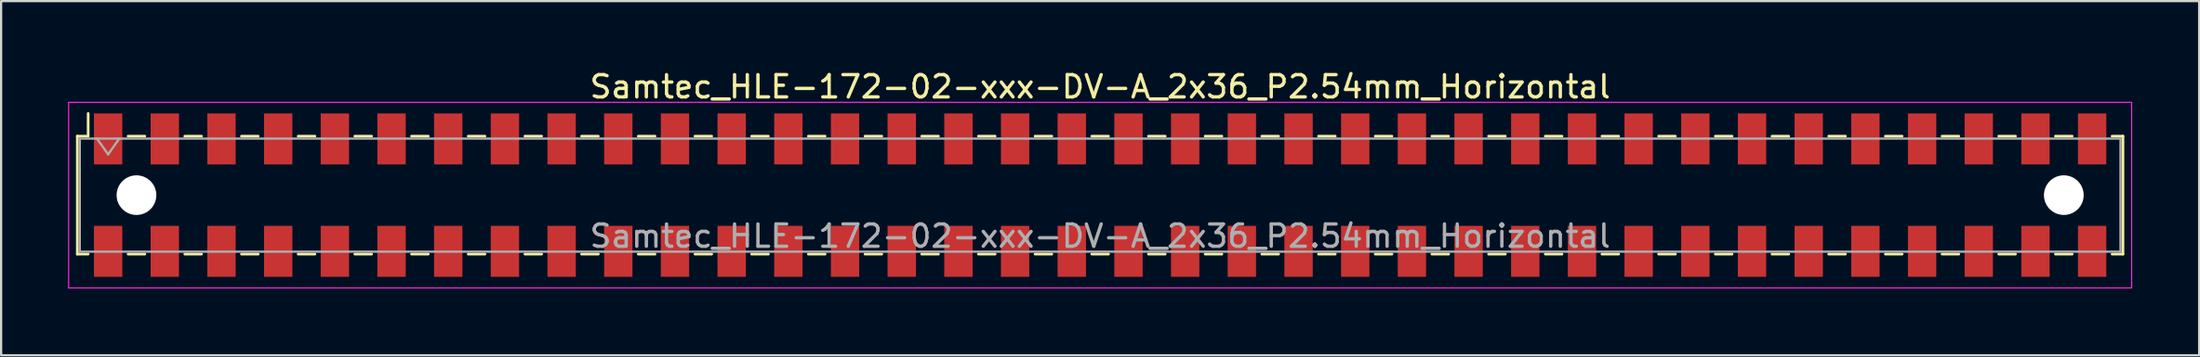
<source format=kicad_pcb>
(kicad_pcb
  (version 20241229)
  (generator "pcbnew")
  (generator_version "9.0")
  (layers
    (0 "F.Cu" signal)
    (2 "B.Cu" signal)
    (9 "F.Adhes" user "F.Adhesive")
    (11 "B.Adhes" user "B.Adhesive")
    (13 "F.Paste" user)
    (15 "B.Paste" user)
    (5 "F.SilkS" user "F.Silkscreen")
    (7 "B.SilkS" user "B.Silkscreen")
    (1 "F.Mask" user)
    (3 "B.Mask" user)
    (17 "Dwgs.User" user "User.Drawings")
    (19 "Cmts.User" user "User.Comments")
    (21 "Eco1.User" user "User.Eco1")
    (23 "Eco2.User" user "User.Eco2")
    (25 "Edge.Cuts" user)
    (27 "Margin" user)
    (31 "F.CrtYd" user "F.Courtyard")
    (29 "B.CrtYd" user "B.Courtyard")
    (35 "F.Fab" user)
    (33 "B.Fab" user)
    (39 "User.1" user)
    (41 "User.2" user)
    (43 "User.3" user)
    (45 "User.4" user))
  (footprint "Samtec_HLE-172-02-xxx-DV-A_2x36_P2.54mm_Horizontal"
    (layer "F.Cu")
    (at 46.245 5.718)
    (property "Reference" "Samtec_HLE-172-02-xxx-DV-A_2x36_P2.54mm_Horizontal" (at 0 -4.87 0) (layer "F.SilkS") (effects (font (size 1 1) (thickness 0.15))))
    (attr smd)
    (fp_line (start -45.83 -2.65) (end -45.83 2.65) (stroke (width 0.12) (type solid)) (layer "F.SilkS"))
    (fp_line (start -45.83 2.65) (end -45.345 2.65) (stroke (width 0.12) (type solid)) (layer "F.SilkS"))
    (fp_line (start -45.345 -3.67) (end -45.345 -2.65) (stroke (width 0.12) (type solid)) (layer "F.SilkS"))
    (fp_line (start -45.345 -2.65) (end -45.83 -2.65) (stroke (width 0.12) (type solid)) (layer "F.SilkS"))
    (fp_line (start -43.555 -2.65) (end -42.805 -2.65) (stroke (width 0.12) (type solid)) (layer "F.SilkS"))
    (fp_line (start -43.555 2.65) (end -42.805 2.65) (stroke (width 0.12) (type solid)) (layer "F.SilkS"))
    (fp_line (start -41.015 -2.65) (end -40.265 -2.65) (stroke (width 0.12) (type solid)) (layer "F.SilkS"))
    (fp_line (start -41.015 2.65) (end -40.265 2.65) (stroke (width 0.12) (type solid)) (layer "F.SilkS"))
    (fp_line (start -38.475 -2.65) (end -37.725 -2.65) (stroke (width 0.12) (type solid)) (layer "F.SilkS"))
    (fp_line (start -38.475 2.65) (end -37.725 2.65) (stroke (width 0.12) (type solid)) (layer "F.SilkS"))
    (fp_line (start -35.935 -2.65) (end -35.185 -2.65) (stroke (width 0.12) (type solid)) (layer "F.SilkS"))
    (fp_line (start -35.935 2.65) (end -35.185 2.65) (stroke (width 0.12) (type solid)) (layer "F.SilkS"))
    (fp_line (start -33.395 -2.65) (end -32.645 -2.65) (stroke (width 0.12) (type solid)) (layer "F.SilkS"))
    (fp_line (start -33.395 2.65) (end -32.645 2.65) (stroke (width 0.12) (type solid)) (layer "F.SilkS"))
    (fp_line (start -30.855 -2.65) (end -30.105 -2.65) (stroke (width 0.12) (type solid)) (layer "F.SilkS"))
    (fp_line (start -30.855 2.65) (end -30.105 2.65) (stroke (width 0.12) (type solid)) (layer "F.SilkS"))
    (fp_line (start -28.315 -2.65) (end -27.565 -2.65) (stroke (width 0.12) (type solid)) (layer "F.SilkS"))
    (fp_line (start -28.315 2.65) (end -27.565 2.65) (stroke (width 0.12) (type solid)) (layer "F.SilkS"))
    (fp_line (start -25.775 -2.65) (end -25.025 -2.65) (stroke (width 0.12) (type solid)) (layer "F.SilkS"))
    (fp_line (start -25.775 2.65) (end -25.025 2.65) (stroke (width 0.12) (type solid)) (layer "F.SilkS"))
    (fp_line (start -23.235 -2.65) (end -22.485 -2.65) (stroke (width 0.12) (type solid)) (layer "F.SilkS"))
    (fp_line (start -23.235 2.65) (end -22.485 2.65) (stroke (width 0.12) (type solid)) (layer "F.SilkS"))
    (fp_line (start -20.695 -2.65) (end -19.945 -2.65) (stroke (width 0.12) (type solid)) (layer "F.SilkS"))
    (fp_line (start -20.695 2.65) (end -19.945 2.65) (stroke (width 0.12) (type solid)) (layer "F.SilkS"))
    (fp_line (start -18.155 -2.65) (end -17.405 -2.65) (stroke (width 0.12) (type solid)) (layer "F.SilkS"))
    (fp_line (start -18.155 2.65) (end -17.405 2.65) (stroke (width 0.12) (type solid)) (layer "F.SilkS"))
    (fp_line (start -15.615 -2.65) (end -14.865 -2.65) (stroke (width 0.12) (type solid)) (layer "F.SilkS"))
    (fp_line (start -15.615 2.65) (end -14.865 2.65) (stroke (width 0.12) (type solid)) (layer "F.SilkS"))
    (fp_line (start -13.075 -2.65) (end -12.325 -2.65) (stroke (width 0.12) (type solid)) (layer "F.SilkS"))
    (fp_line (start -13.075 2.65) (end -12.325 2.65) (stroke (width 0.12) (type solid)) (layer "F.SilkS"))
    (fp_line (start -10.535 -2.65) (end -9.785 -2.65) (stroke (width 0.12) (type solid)) (layer "F.SilkS"))
    (fp_line (start -10.535 2.65) (end -9.785 2.65) (stroke (width 0.12) (type solid)) (layer "F.SilkS"))
    (fp_line (start -7.995 -2.65) (end -7.245 -2.65) (stroke (width 0.12) (type solid)) (layer "F.SilkS"))
    (fp_line (start -7.995 2.65) (end -7.245 2.65) (stroke (width 0.12) (type solid)) (layer "F.SilkS"))
    (fp_line (start -5.455 -2.65) (end -4.705 -2.65) (stroke (width 0.12) (type solid)) (layer "F.SilkS"))
    (fp_line (start -5.455 2.65) (end -4.705 2.65) (stroke (width 0.12) (type solid)) (layer "F.SilkS"))
    (fp_line (start -2.915 -2.65) (end -2.165 -2.65) (stroke (width 0.12) (type solid)) (layer "F.SilkS"))
    (fp_line (start -2.915 2.65) (end -2.165 2.65) (stroke (width 0.12) (type solid)) (layer "F.SilkS"))
    (fp_line (start -0.375 -2.65) (end 0.375 -2.65) (stroke (width 0.12) (type solid)) (layer "F.SilkS"))
    (fp_line (start -0.375 2.65) (end 0.375 2.65) (stroke (width 0.12) (type solid)) (layer "F.SilkS"))
    (fp_line (start 2.165 -2.65) (end 2.915 -2.65) (stroke (width 0.12) (type solid)) (layer "F.SilkS"))
    (fp_line (start 2.165 2.65) (end 2.915 2.65) (stroke (width 0.12) (type solid)) (layer "F.SilkS"))
    (fp_line (start 4.705 -2.65) (end 5.455 -2.65) (stroke (width 0.12) (type solid)) (layer "F.SilkS"))
    (fp_line (start 4.705 2.65) (end 5.455 2.65) (stroke (width 0.12) (type solid)) (layer "F.SilkS"))
    (fp_line (start 7.245 -2.65) (end 7.995 -2.65) (stroke (width 0.12) (type solid)) (layer "F.SilkS"))
    (fp_line (start 7.245 2.65) (end 7.995 2.65) (stroke (width 0.12) (type solid)) (layer "F.SilkS"))
    (fp_line (start 9.785 -2.65) (end 10.535 -2.65) (stroke (width 0.12) (type solid)) (layer "F.SilkS"))
    (fp_line (start 9.785 2.65) (end 10.535 2.65) (stroke (width 0.12) (type solid)) (layer "F.SilkS"))
    (fp_line (start 12.325 -2.65) (end 13.075 -2.65) (stroke (width 0.12) (type solid)) (layer "F.SilkS"))
    (fp_line (start 12.325 2.65) (end 13.075 2.65) (stroke (width 0.12) (type solid)) (layer "F.SilkS"))
    (fp_line (start 14.865 -2.65) (end 15.615 -2.65) (stroke (width 0.12) (type solid)) (layer "F.SilkS"))
    (fp_line (start 14.865 2.65) (end 15.615 2.65) (stroke (width 0.12) (type solid)) (layer "F.SilkS"))
    (fp_line (start 17.405 -2.65) (end 18.155 -2.65) (stroke (width 0.12) (type solid)) (layer "F.SilkS"))
    (fp_line (start 17.405 2.65) (end 18.155 2.65) (stroke (width 0.12) (type solid)) (layer "F.SilkS"))
    (fp_line (start 19.945 -2.65) (end 20.695 -2.65) (stroke (width 0.12) (type solid)) (layer "F.SilkS"))
    (fp_line (start 19.945 2.65) (end 20.695 2.65) (stroke (width 0.12) (type solid)) (layer "F.SilkS"))
    (fp_line (start 22.485 -2.65) (end 23.235 -2.65) (stroke (width 0.12) (type solid)) (layer "F.SilkS"))
    (fp_line (start 22.485 2.65) (end 23.235 2.65) (stroke (width 0.12) (type solid)) (layer "F.SilkS"))
    (fp_line (start 25.025 -2.65) (end 25.775 -2.65) (stroke (width 0.12) (type solid)) (layer "F.SilkS"))
    (fp_line (start 25.025 2.65) (end 25.775 2.65) (stroke (width 0.12) (type solid)) (layer "F.SilkS"))
    (fp_line (start 27.565 -2.65) (end 28.315 -2.65) (stroke (width 0.12) (type solid)) (layer "F.SilkS"))
    (fp_line (start 27.565 2.65) (end 28.315 2.65) (stroke (width 0.12) (type solid)) (layer "F.SilkS"))
    (fp_line (start 30.105 -2.65) (end 30.855 -2.65) (stroke (width 0.12) (type solid)) (layer "F.SilkS"))
    (fp_line (start 30.105 2.65) (end 30.855 2.65) (stroke (width 0.12) (type solid)) (layer "F.SilkS"))
    (fp_line (start 32.645 -2.65) (end 33.395 -2.65) (stroke (width 0.12) (type solid)) (layer "F.SilkS"))
    (fp_line (start 32.645 2.65) (end 33.395 2.65) (stroke (width 0.12) (type solid)) (layer "F.SilkS"))
    (fp_line (start 35.185 -2.65) (end 35.935 -2.65) (stroke (width 0.12) (type solid)) (layer "F.SilkS"))
    (fp_line (start 35.185 2.65) (end 35.935 2.65) (stroke (width 0.12) (type solid)) (layer "F.SilkS"))
    (fp_line (start 37.725 -2.65) (end 38.475 -2.65) (stroke (width 0.12) (type solid)) (layer "F.SilkS"))
    (fp_line (start 37.725 2.65) (end 38.475 2.65) (stroke (width 0.12) (type solid)) (layer "F.SilkS"))
    (fp_line (start 40.265 -2.65) (end 41.015 -2.65) (stroke (width 0.12) (type solid)) (layer "F.SilkS"))
    (fp_line (start 40.265 2.65) (end 41.015 2.65) (stroke (width 0.12) (type solid)) (layer "F.SilkS"))
    (fp_line (start 42.805 -2.65) (end 43.555 -2.65) (stroke (width 0.12) (type solid)) (layer "F.SilkS"))
    (fp_line (start 42.805 2.65) (end 43.555 2.65) (stroke (width 0.12) (type solid)) (layer "F.SilkS"))
    (fp_line (start 45.345 -2.65) (end 45.83 -2.65) (stroke (width 0.12) (type solid)) (layer "F.SilkS"))
    (fp_line (start 45.83 -2.65) (end 45.83 2.65) (stroke (width 0.12) (type solid)) (layer "F.SilkS"))
    (fp_line (start 45.83 2.65) (end 45.345 2.65) (stroke (width 0.12) (type solid)) (layer "F.SilkS"))
    (fp_line (start -46.22 -4.17) (end 46.22 -4.17) (stroke (width 0.05) (type solid)) (layer "F.CrtYd"))
    (fp_line (start -46.22 4.17) (end -46.22 -4.17) (stroke (width 0.05) (type solid)) (layer "F.CrtYd"))
    (fp_line (start 46.22 -4.17) (end 46.22 4.17) (stroke (width 0.05) (type solid)) (layer "F.CrtYd"))
    (fp_line (start 46.22 4.17) (end -46.22 4.17) (stroke (width 0.05) (type solid)) (layer "F.CrtYd"))
    (fp_line (start -45.72 -2.54) (end 45.72 -2.54) (stroke (width 0.1) (type solid)) (layer "F.Fab"))
    (fp_line (start -45.72 2.54) (end -45.72 -2.54) (stroke (width 0.1) (type solid)) (layer "F.Fab"))
    (fp_line (start -44.95 -2.54) (end -44.45 -1.833) (stroke (width 0.1) (type solid)) (layer "F.Fab"))
    (fp_line (start -44.45 -1.833) (end -43.95 -2.54) (stroke (width 0.1) (type solid)) (layer "F.Fab"))
    (fp_line (start 45.72 -2.54) (end 45.72 2.54) (stroke (width 0.1) (type solid)) (layer "F.Fab"))
    (fp_line (start 45.72 2.54) (end -45.72 2.54) (stroke (width 0.1) (type solid)) (layer "F.Fab"))
    (fp_text user "${REFERENCE}" (at 0 1.84 0) (layer "F.Fab") (effects (font (size 1 1) (thickness 0.15))))
    (pad "" np_thru_hole circle (at -43.18 0) (size 1.78 1.78) (drill 1.78) (layers "*.Cu" "*.Mask"))
    (pad "" np_thru_hole circle (at 43.18 0) (size 1.78 1.78) (drill 1.78) (layers "*.Cu" "*.Mask"))
    (pad "1" smd rect (at -44.45 -2.525) (size 1.27 2.29) (layers "F.Cu" "F.Mask" "F.Paste"))
    (pad "2" smd rect (at -44.45 2.525) (size 1.27 2.29) (layers "F.Cu" "F.Mask" "F.Paste"))
    (pad "3" smd rect (at -41.91 -2.525) (size 1.27 2.29) (layers "F.Cu" "F.Mask" "F.Paste"))
    (pad "4" smd rect (at -41.91 2.525) (size 1.27 2.29) (layers "F.Cu" "F.Mask" "F.Paste"))
    (pad "5" smd rect (at -39.37 -2.525) (size 1.27 2.29) (layers "F.Cu" "F.Mask" "F.Paste"))
    (pad "6" smd rect (at -39.37 2.525) (size 1.27 2.29) (layers "F.Cu" "F.Mask" "F.Paste"))
    (pad "7" smd rect (at -36.83 -2.525) (size 1.27 2.29) (layers "F.Cu" "F.Mask" "F.Paste"))
    (pad "8" smd rect (at -36.83 2.525) (size 1.27 2.29) (layers "F.Cu" "F.Mask" "F.Paste"))
    (pad "9" smd rect (at -34.29 -2.525) (size 1.27 2.29) (layers "F.Cu" "F.Mask" "F.Paste"))
    (pad "10" smd rect (at -34.29 2.525) (size 1.27 2.29) (layers "F.Cu" "F.Mask" "F.Paste"))
    (pad "11" smd rect (at -31.75 -2.525) (size 1.27 2.29) (layers "F.Cu" "F.Mask" "F.Paste"))
    (pad "12" smd rect (at -31.75 2.525) (size 1.27 2.29) (layers "F.Cu" "F.Mask" "F.Paste"))
    (pad "13" smd rect (at -29.21 -2.525) (size 1.27 2.29) (layers "F.Cu" "F.Mask" "F.Paste"))
    (pad "14" smd rect (at -29.21 2.525) (size 1.27 2.29) (layers "F.Cu" "F.Mask" "F.Paste"))
    (pad "15" smd rect (at -26.67 -2.525) (size 1.27 2.29) (layers "F.Cu" "F.Mask" "F.Paste"))
    (pad "16" smd rect (at -26.67 2.525) (size 1.27 2.29) (layers "F.Cu" "F.Mask" "F.Paste"))
    (pad "17" smd rect (at -24.13 -2.525) (size 1.27 2.29) (layers "F.Cu" "F.Mask" "F.Paste"))
    (pad "18" smd rect (at -24.13 2.525) (size 1.27 2.29) (layers "F.Cu" "F.Mask" "F.Paste"))
    (pad "19" smd rect (at -21.59 -2.525) (size 1.27 2.29) (layers "F.Cu" "F.Mask" "F.Paste"))
    (pad "20" smd rect (at -21.59 2.525) (size 1.27 2.29) (layers "F.Cu" "F.Mask" "F.Paste"))
    (pad "21" smd rect (at -19.05 -2.525) (size 1.27 2.29) (layers "F.Cu" "F.Mask" "F.Paste"))
    (pad "22" smd rect (at -19.05 2.525) (size 1.27 2.29) (layers "F.Cu" "F.Mask" "F.Paste"))
    (pad "23" smd rect (at -16.51 -2.525) (size 1.27 2.29) (layers "F.Cu" "F.Mask" "F.Paste"))
    (pad "24" smd rect (at -16.51 2.525) (size 1.27 2.29) (layers "F.Cu" "F.Mask" "F.Paste"))
    (pad "25" smd rect (at -13.97 -2.525) (size 1.27 2.29) (layers "F.Cu" "F.Mask" "F.Paste"))
    (pad "26" smd rect (at -13.97 2.525) (size 1.27 2.29) (layers "F.Cu" "F.Mask" "F.Paste"))
    (pad "27" smd rect (at -11.43 -2.525) (size 1.27 2.29) (layers "F.Cu" "F.Mask" "F.Paste"))
    (pad "28" smd rect (at -11.43 2.525) (size 1.27 2.29) (layers "F.Cu" "F.Mask" "F.Paste"))
    (pad "29" smd rect (at -8.89 -2.525) (size 1.27 2.29) (layers "F.Cu" "F.Mask" "F.Paste"))
    (pad "30" smd rect (at -8.89 2.525) (size 1.27 2.29) (layers "F.Cu" "F.Mask" "F.Paste"))
    (pad "31" smd rect (at -6.35 -2.525) (size 1.27 2.29) (layers "F.Cu" "F.Mask" "F.Paste"))
    (pad "32" smd rect (at -6.35 2.525) (size 1.27 2.29) (layers "F.Cu" "F.Mask" "F.Paste"))
    (pad "33" smd rect (at -3.81 -2.525) (size 1.27 2.29) (layers "F.Cu" "F.Mask" "F.Paste"))
    (pad "34" smd rect (at -3.81 2.525) (size 1.27 2.29) (layers "F.Cu" "F.Mask" "F.Paste"))
    (pad "35" smd rect (at -1.27 -2.525) (size 1.27 2.29) (layers "F.Cu" "F.Mask" "F.Paste"))
    (pad "36" smd rect (at -1.27 2.525) (size 1.27 2.29) (layers "F.Cu" "F.Mask" "F.Paste"))
    (pad "37" smd rect (at 1.27 -2.525) (size 1.27 2.29) (layers "F.Cu" "F.Mask" "F.Paste"))
    (pad "38" smd rect (at 1.27 2.525) (size 1.27 2.29) (layers "F.Cu" "F.Mask" "F.Paste"))
    (pad "39" smd rect (at 3.81 -2.525) (size 1.27 2.29) (layers "F.Cu" "F.Mask" "F.Paste"))
    (pad "40" smd rect (at 3.81 2.525) (size 1.27 2.29) (layers "F.Cu" "F.Mask" "F.Paste"))
    (pad "41" smd rect (at 6.35 -2.525) (size 1.27 2.29) (layers "F.Cu" "F.Mask" "F.Paste"))
    (pad "42" smd rect (at 6.35 2.525) (size 1.27 2.29) (layers "F.Cu" "F.Mask" "F.Paste"))
    (pad "43" smd rect (at 8.89 -2.525) (size 1.27 2.29) (layers "F.Cu" "F.Mask" "F.Paste"))
    (pad "44" smd rect (at 8.89 2.525) (size 1.27 2.29) (layers "F.Cu" "F.Mask" "F.Paste"))
    (pad "45" smd rect (at 11.43 -2.525) (size 1.27 2.29) (layers "F.Cu" "F.Mask" "F.Paste"))
    (pad "46" smd rect (at 11.43 2.525) (size 1.27 2.29) (layers "F.Cu" "F.Mask" "F.Paste"))
    (pad "47" smd rect (at 13.97 -2.525) (size 1.27 2.29) (layers "F.Cu" "F.Mask" "F.Paste"))
    (pad "48" smd rect (at 13.97 2.525) (size 1.27 2.29) (layers "F.Cu" "F.Mask" "F.Paste"))
    (pad "49" smd rect (at 16.51 -2.525) (size 1.27 2.29) (layers "F.Cu" "F.Mask" "F.Paste"))
    (pad "50" smd rect (at 16.51 2.525) (size 1.27 2.29) (layers "F.Cu" "F.Mask" "F.Paste"))
    (pad "51" smd rect (at 19.05 -2.525) (size 1.27 2.29) (layers "F.Cu" "F.Mask" "F.Paste"))
    (pad "52" smd rect (at 19.05 2.525) (size 1.27 2.29) (layers "F.Cu" "F.Mask" "F.Paste"))
    (pad "53" smd rect (at 21.59 -2.525) (size 1.27 2.29) (layers "F.Cu" "F.Mask" "F.Paste"))
    (pad "54" smd rect (at 21.59 2.525) (size 1.27 2.29) (layers "F.Cu" "F.Mask" "F.Paste"))
    (pad "55" smd rect (at 24.13 -2.525) (size 1.27 2.29) (layers "F.Cu" "F.Mask" "F.Paste"))
    (pad "56" smd rect (at 24.13 2.525) (size 1.27 2.29) (layers "F.Cu" "F.Mask" "F.Paste"))
    (pad "57" smd rect (at 26.67 -2.525) (size 1.27 2.29) (layers "F.Cu" "F.Mask" "F.Paste"))
    (pad "58" smd rect (at 26.67 2.525) (size 1.27 2.29) (layers "F.Cu" "F.Mask" "F.Paste"))
    (pad "59" smd rect (at 29.21 -2.525) (size 1.27 2.29) (layers "F.Cu" "F.Mask" "F.Paste"))
    (pad "60" smd rect (at 29.21 2.525) (size 1.27 2.29) (layers "F.Cu" "F.Mask" "F.Paste"))
    (pad "61" smd rect (at 31.75 -2.525) (size 1.27 2.29) (layers "F.Cu" "F.Mask" "F.Paste"))
    (pad "62" smd rect (at 31.75 2.525) (size 1.27 2.29) (layers "F.Cu" "F.Mask" "F.Paste"))
    (pad "63" smd rect (at 34.29 -2.525) (size 1.27 2.29) (layers "F.Cu" "F.Mask" "F.Paste"))
    (pad "64" smd rect (at 34.29 2.525) (size 1.27 2.29) (layers "F.Cu" "F.Mask" "F.Paste"))
    (pad "65" smd rect (at 36.83 -2.525) (size 1.27 2.29) (layers "F.Cu" "F.Mask" "F.Paste"))
    (pad "66" smd rect (at 36.83 2.525) (size 1.27 2.29) (layers "F.Cu" "F.Mask" "F.Paste"))
    (pad "67" smd rect (at 39.37 -2.525) (size 1.27 2.29) (layers "F.Cu" "F.Mask" "F.Paste"))
    (pad "68" smd rect (at 39.37 2.525) (size 1.27 2.29) (layers "F.Cu" "F.Mask" "F.Paste"))
    (pad "69" smd rect (at 41.91 -2.525) (size 1.27 2.29) (layers "F.Cu" "F.Mask" "F.Paste"))
    (pad "70" smd rect (at 41.91 2.525) (size 1.27 2.29) (layers "F.Cu" "F.Mask" "F.Paste"))
    (pad "71" smd rect (at 44.45 -2.525) (size 1.27 2.29) (layers "F.Cu" "F.Mask" "F.Paste"))
    (pad "72" smd rect (at 44.45 2.525) (size 1.27 2.29) (layers "F.Cu" "F.Mask" "F.Paste")))
  (gr_rect
    (start -3 -3)
    (end 95.49 12.913)
    (stroke (width 0.1) (type default))
    (fill no)
    (layer "Edge.Cuts")))
</source>
